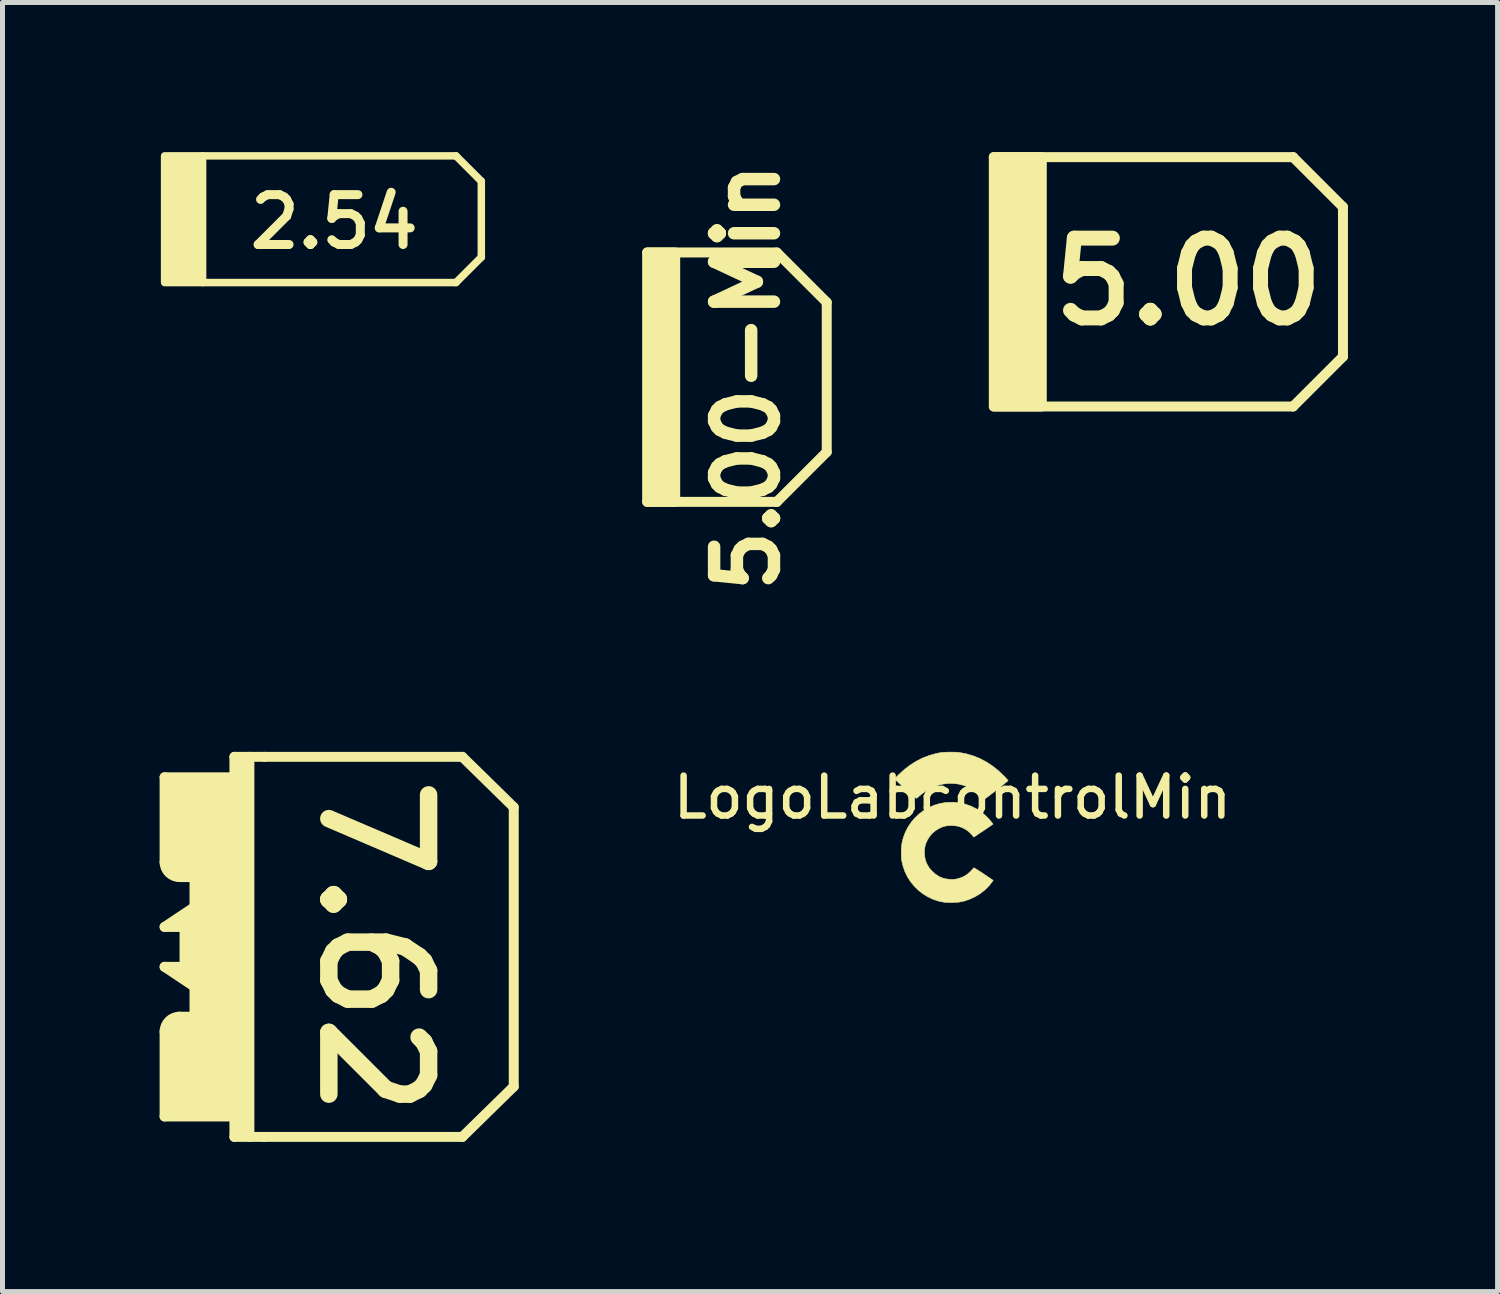
<source format=kicad_pcb>
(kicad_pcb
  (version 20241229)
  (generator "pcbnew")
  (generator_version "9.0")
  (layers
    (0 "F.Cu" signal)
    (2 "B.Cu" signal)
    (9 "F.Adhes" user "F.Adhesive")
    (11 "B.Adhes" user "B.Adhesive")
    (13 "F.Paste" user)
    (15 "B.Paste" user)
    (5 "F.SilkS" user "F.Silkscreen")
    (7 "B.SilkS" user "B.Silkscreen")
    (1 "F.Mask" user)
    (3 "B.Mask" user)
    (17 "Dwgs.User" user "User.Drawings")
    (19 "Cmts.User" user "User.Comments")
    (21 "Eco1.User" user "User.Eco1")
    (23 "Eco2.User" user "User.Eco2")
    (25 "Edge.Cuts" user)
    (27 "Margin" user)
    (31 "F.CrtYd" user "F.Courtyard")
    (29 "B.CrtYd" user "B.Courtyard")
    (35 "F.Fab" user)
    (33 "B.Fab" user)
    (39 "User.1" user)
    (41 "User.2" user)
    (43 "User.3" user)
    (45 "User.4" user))
  (footprint "7.62"
    (layer "F.Cu")
    (at 0.25 15.934)
    (property "Reference" "7.62" (at 4.2 0 270) (unlocked yes) (layer "F.SilkS") (effects (font (size 2 2) (thickness 0.35) (bold yes))))
    (attr through_hole)
    (fp_line (start 0 -3.4) (end 1.4 -3.4) (stroke (width 0.2) (type solid)) (layer "F.SilkS"))
    (fp_line (start 0 -1.7) (end 0 -3.4) (stroke (width 0.2) (type solid)) (layer "F.SilkS"))
    (fp_line (start 0 -0.4) (end 0.6 -0.8) (stroke (width 0.2) (type solid)) (layer "F.SilkS"))
    (fp_line (start 0 0.4) (end 0.6 0.8) (stroke (width 0.2) (type solid)) (layer "F.SilkS"))
    (fp_line (start 0 3.4) (end 0 1.7) (stroke (width 0.2) (type solid)) (layer "F.SilkS"))
    (fp_line (start 0 3.4) (end 1.4 3.4) (stroke (width 0.2) (type solid)) (layer "F.SilkS"))
    (fp_line (start 0.4 -0.4) (end 0 -0.4) (stroke (width 0.2) (type solid)) (layer "F.SilkS"))
    (fp_line (start 0.4 -0.4) (end 0.4 0.4) (stroke (width 0.2) (type solid)) (layer "F.SilkS"))
    (fp_line (start 0.4 0.4) (end 0 0.4) (stroke (width 0.2) (type solid)) (layer "F.SilkS"))
    (fp_line (start 0.6 -1.4) (end 0.3 -1.4) (stroke (width 0.2) (type solid)) (layer "F.SilkS"))
    (fp_line (start 0.6 -1.4) (end 0.6 -0.8) (stroke (width 0.2) (type solid)) (layer "F.SilkS"))
    (fp_line (start 0.6 0.8) (end 0.6 1.4) (stroke (width 0.2) (type solid)) (layer "F.SilkS"))
    (fp_line (start 0.6 1.4) (end 0.3 1.4) (stroke (width 0.2) (type solid)) (layer "F.SilkS"))
    (fp_line (start 1.4 -3.81) (end 1.4 -3) (stroke (width 0.2) (type solid)) (layer "F.SilkS"))
    (fp_line (start 1.4 -3.81) (end 2 -3.81) (stroke (width 0.2) (type solid)) (layer "F.SilkS"))
    (fp_line (start 1.4 3) (end 1.4 3.81) (stroke (width 0.2) (type solid)) (layer "F.SilkS"))
    (fp_line (start 1.4 3.81) (end 2 3.81) (stroke (width 0.2) (type solid)) (layer "F.SilkS"))
    (fp_line (start 1.7 3.81) (end 1.7 -3.81) (stroke (width 0.2) (type solid)) (layer "F.SilkS"))
    (fp_line (start 5.969 -3.81) (end 2 -3.81) (stroke (width 0.2) (type solid)) (layer "F.SilkS"))
    (fp_line (start 5.969 3.81) (end 2 3.81) (stroke (width 0.2) (type solid)) (layer "F.SilkS"))
    (fp_line (start 7 -2.8) (end 5.969 -3.81) (stroke (width 0.2) (type solid)) (layer "F.SilkS"))
    (fp_line (start 7 2.8) (end 5.969 3.81) (stroke (width 0.2) (type solid)) (layer "F.SilkS"))
    (fp_line (start 7 2.8) (end 7 -2.8) (stroke (width 0.2) (type solid)) (layer "F.SilkS"))
    (fp_arc (start 0 1.7) (mid 0.087868 1.487868) (end 0.3 1.4) (stroke (width 0.2) (type default)) (layer "F.SilkS"))
    (fp_arc (start 0.3 -1.4) (mid 0.087868 -1.487868) (end 0 -1.7) (stroke (width 0.2) (type default)) (layer "F.SilkS"))
    (fp_poly (pts (xy 1.4 -3.81) (xy 1.4 -3.4) (xy 0 -3.4) (xy 0 -1.7) (xy 0.088 -1.488) (xy 0.3 -1.4) (xy 0.6 -1.4) (xy 0.6 -0.8) (xy 0 -0.4) (xy 0.4 -0.4) (xy 0.4 0.4) (xy 0 0.4) (xy 0.6 0.8) (xy 0.6 1.4) (xy 0.3 1.4) (xy 0.088 1.488) (xy 0 1.7) (xy 0 3.4) (xy 1.4 3.4) (xy 1.4 3.81) (xy 1.7 3.81) (xy 1.7 -3.81)) (stroke (width 0.1) (type solid)) (fill yes) (layer "F.SilkS")))
  (footprint "5.00-Min"
    (layer "F.Cu")
    (at 9.925 4.512)
    (property "Reference" "5.00-Min" (at 2 0 270) (layer "F.SilkS") (effects (font (size 1.2 1.2) (thickness 0.25) (bold yes))))
    (attr through_hole)
    (fp_line (start 0 -2.5) (end 2.6 -2.5) (stroke (width 0.2) (type solid)) (layer "F.SilkS"))
    (fp_line (start 0 2.5) (end 2.6 2.5) (stroke (width 0.2) (type solid)) (layer "F.SilkS"))
    (fp_line (start 3.6 -1.5) (end 2.6 -2.5) (stroke (width 0.2) (type solid)) (layer "F.SilkS"))
    (fp_line (start 3.6 1.5) (end 2.6 2.5) (stroke (width 0.2) (type solid)) (layer "F.SilkS"))
    (fp_line (start 3.6 1.5) (end 3.6 -1.5) (stroke (width 0.2) (type solid)) (layer "F.SilkS"))
    (fp_poly (pts (xy 0.562 2.5) (xy 0 2.5) (xy 0 -2.5) (xy 0.562 -2.5)) (stroke (width 0.2) (type solid)) (fill yes) (layer "F.SilkS")))
  (footprint "LogoLabcontrolMin"
    (layer "F.Cu")
    (at 16.023 13.537)
    (property "Reference" "LogoLabcontrolMin" (at 0.023 -0.6 0) (layer "F.SilkS") (effects (font (size 0.8 0.8) (thickness 0.13))))
    (attr through_hole)
    (fp_poly (pts (xy 0.053 -1.507) (xy 0.113 -1.505) (xy 0.164 -1.5) (xy 0.169 -1.499) (xy 0.309 -1.472) (xy 0.446 -1.431) (xy 0.578 -1.377) (xy 0.706 -1.309) (xy 0.829 -1.227) (xy 0.947 -1.133) (xy 1.06 -1.025) (xy 1.065 -1.02) (xy 1.091 -0.992) (xy 1.113 -0.968) (xy 1.129 -0.95) (xy 1.138 -0.939) (xy 1.139 -0.937) (xy 1.133 -0.932) (xy 1.118 -0.919) (xy 1.094 -0.899) (xy 1.063 -0.874) (xy 1.026 -0.844) (xy 0.985 -0.812) (xy 0.942 -0.777) (xy 0.898 -0.742) (xy 0.854 -0.708) (xy 0.811 -0.675) (xy 0.773 -0.645) (xy 0.739 -0.619) (xy 0.711 -0.598) (xy 0.691 -0.583) (xy 0.681 -0.576) (xy 0.68 -0.575) (xy 0.671 -0.579) (xy 0.655 -0.592) (xy 0.634 -0.61) (xy 0.617 -0.625) (xy 0.563 -0.671) (xy 0.501 -0.716) (xy 0.435 -0.758) (xy 0.371 -0.793) (xy 0.346 -0.804) (xy 0.238 -0.844) (xy 0.13 -0.87) (xy 0.02 -0.881) (xy -0.088 -0.878) (xy -0.196 -0.862) (xy -0.303 -0.831) (xy -0.407 -0.787) (xy -0.508 -0.729) (xy -0.606 -0.657) (xy -0.646 -0.623) (xy -0.668 -0.604) (xy -0.686 -0.59) (xy -0.697 -0.581) (xy -0.699 -0.581) (xy -0.706 -0.585) (xy -0.721 -0.598) (xy -0.744 -0.618) (xy -0.775 -0.645) (xy -0.81 -0.675) (xy -0.849 -0.71) (xy -0.89 -0.746) (xy -0.933 -0.784) (xy -0.975 -0.821) (xy -1.015 -0.857) (xy -1.052 -0.89) (xy -1.084 -0.919) (xy -1.11 -0.942) (xy -1.127 -0.958) (xy -1.132 -0.963) (xy -1.133 -0.969) (xy -1.13 -0.977) (xy -1.12 -0.99) (xy -1.103 -1.008) (xy -1.077 -1.034) (xy -1.066 -1.046) (xy -0.95 -1.152) (xy -0.83 -1.245) (xy -0.704 -1.325) (xy -0.573 -1.391) (xy -0.437 -1.443) (xy -0.296 -1.482) (xy -0.246 -1.492) (xy -0.199 -1.499) (xy -0.142 -1.504) (xy -0.079 -1.507) (xy -0.012 -1.508) (xy 0.053 -1.507)) (stroke (width 0.01) (type solid)) (fill yes) (layer "F.SilkS"))
    (fp_poly (pts (xy 0.155 -0.491) (xy 0.271 -0.467) (xy 0.381 -0.43) (xy 0.487 -0.38) (xy 0.586 -0.318) (xy 0.677 -0.244) (xy 0.704 -0.218) (xy 0.729 -0.192) (xy 0.755 -0.164) (xy 0.78 -0.136) (xy 0.802 -0.109) (xy 0.82 -0.087) (xy 0.831 -0.071) (xy 0.834 -0.063) (xy 0.834 -0.062) (xy 0.825 -0.056) (xy 0.806 -0.043) (xy 0.78 -0.025) (xy 0.747 -0.002) (xy 0.709 0.023) (xy 0.669 0.051) (xy 0.627 0.079) (xy 0.586 0.106) (xy 0.547 0.132) (xy 0.513 0.155) (xy 0.485 0.174) (xy 0.464 0.188) (xy 0.452 0.195) (xy 0.451 0.196) (xy 0.444 0.19) (xy 0.433 0.177) (xy 0.429 0.17) (xy 0.405 0.141) (xy 0.373 0.109) (xy 0.335 0.077) (xy 0.297 0.049) (xy 0.277 0.037) (xy 0.217 0.006) (xy 0.157 -0.016) (xy 0.093 -0.029) (xy 0.023 -0.035) (xy -0.039 -0.035) (xy -0.092 -0.03) (xy -0.141 -0.02) (xy -0.192 -0.002) (xy -0.236 0.018) (xy -0.312 0.063) (xy -0.378 0.116) (xy -0.433 0.181) (xy -0.479 0.254) (xy -0.51 0.323) (xy -0.529 0.391) (xy -0.538 0.463) (xy -0.539 0.504) (xy -0.533 0.591) (xy -0.515 0.67) (xy -0.485 0.743) (xy -0.443 0.812) (xy -0.386 0.878) (xy -0.381 0.882) (xy -0.317 0.94) (xy -0.252 0.983) (xy -0.183 1.014) (xy -0.108 1.034) (xy -0.025 1.043) (xy -0.022 1.043) (xy 0.02 1.044) (xy 0.053 1.044) (xy 0.081 1.04) (xy 0.112 1.034) (xy 0.124 1.031) (xy 0.194 1.01) (xy 0.256 0.982) (xy 0.314 0.946) (xy 0.368 0.9) (xy 0.423 0.843) (xy 0.45 0.811) (xy 0.457 0.813) (xy 0.475 0.823) (xy 0.501 0.839) (xy 0.535 0.86) (xy 0.576 0.887) (xy 0.621 0.916) (xy 0.648 0.934) (xy 0.84 1.064) (xy 0.825 1.085) (xy 0.752 1.177) (xy 0.669 1.259) (xy 0.576 1.331) (xy 0.475 1.392) (xy 0.368 1.442) (xy 0.256 1.479) (xy 0.167 1.498) (xy 0.126 1.503) (xy 0.075 1.506) (xy 0.019 1.508) (xy -0.037 1.508) (xy -0.09 1.507) (xy -0.135 1.503) (xy -0.146 1.502) (xy -0.261 1.478) (xy -0.371 1.441) (xy -0.476 1.391) (xy -0.574 1.33) (xy -0.664 1.259) (xy -0.745 1.178) (xy -0.818 1.089) (xy -0.88 0.992) (xy -0.931 0.887) (xy -0.969 0.776) (xy -0.992 0.68) (xy -0.999 0.627) (xy -1.003 0.565) (xy -1.004 0.499) (xy -1.002 0.433) (xy -0.998 0.372) (xy -0.992 0.327) (xy -0.964 0.211) (xy -0.923 0.101) (xy -0.87 -0.002) (xy -0.807 -0.098) (xy -0.733 -0.185) (xy -0.651 -0.264) (xy -0.56 -0.333) (xy -0.461 -0.391) (xy -0.357 -0.438) (xy -0.246 -0.473) (xy -0.131 -0.495) (xy -0.083 -0.5) (xy 0.037 -0.503) (xy 0.155 -0.491)) (stroke (width 0.01) (type solid)) (fill yes) (layer "F.SilkS")))
  (footprint "5.00"
    (layer "F.Cu")
    (at 16.875 2.6)
    (property "Reference" "5.00" (at 3.9 0 0) (layer "F.SilkS") (effects (font (size 1.6 1.6) (thickness 0.3) (bold yes))))
    (attr through_hole)
    (fp_line (start 0 -2.5) (end 6 -2.5) (stroke (width 0.2) (type solid)) (layer "F.SilkS"))
    (fp_line (start 0 2.5) (end 6 2.5) (stroke (width 0.2) (type solid)) (layer "F.SilkS"))
    (fp_line (start 7 -1.5) (end 6 -2.5) (stroke (width 0.2) (type solid)) (layer "F.SilkS"))
    (fp_line (start 7 1.5) (end 6 2.5) (stroke (width 0.2) (type solid)) (layer "F.SilkS"))
    (fp_line (start 7 1.5) (end 7 -1.5) (stroke (width 0.2) (type solid)) (layer "F.SilkS"))
    (fp_poly (pts (xy 0.962 2.5) (xy 0 2.5) (xy 0 -2.5) (xy 0.962 -2.5)) (stroke (width 0.2) (type solid)) (fill yes) (layer "F.SilkS")))
  (footprint "2.54"
    (layer "F.Cu")
    (at 0.25 1.599)
    (property "Reference" "2.54" (at 3.4 -0.2 0) (layer "F.SilkS") (effects (font (size 1 1) (thickness 0.18) (bold yes))))
    (attr through_hole)
    (fp_line (start 0.762 -1.524) (end 5.842 -1.524) (stroke (width 0.15) (type solid)) (layer "F.SilkS"))
    (fp_line (start 5.842 -1.524) (end 6.35 -1.016) (stroke (width 0.15) (type solid)) (layer "F.SilkS"))
    (fp_line (start 5.842 1.016) (end 0.762 1.016) (stroke (width 0.15) (type solid)) (layer "F.SilkS"))
    (fp_line (start 6.35 -1.016) (end 6.35 0.508) (stroke (width 0.15) (type solid)) (layer "F.SilkS"))
    (fp_line (start 6.35 0.508) (end 5.842 1.016) (stroke (width 0.15) (type solid)) (layer "F.SilkS"))
    (fp_poly (pts (xy 0.762 1.016) (xy 0 1.016) (xy 0 -1.524) (xy 0.762 -1.524)) (stroke (width 0.15) (type solid)) (fill yes) (layer "F.SilkS")))
  (gr_rect
    (start -3 -3)
    (end 26.975 22.844)
    (stroke (width 0.1) (type default))
    (fill no)
    (layer "Edge.Cuts")))
</source>
